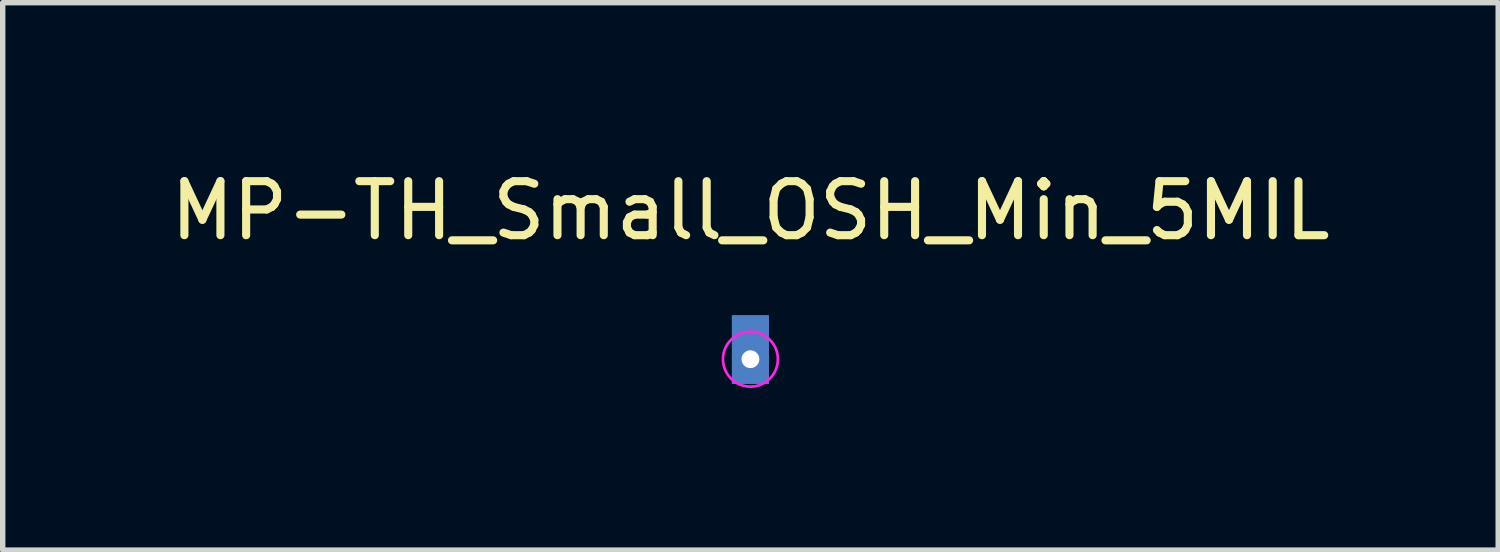
<source format=kicad_pcb>
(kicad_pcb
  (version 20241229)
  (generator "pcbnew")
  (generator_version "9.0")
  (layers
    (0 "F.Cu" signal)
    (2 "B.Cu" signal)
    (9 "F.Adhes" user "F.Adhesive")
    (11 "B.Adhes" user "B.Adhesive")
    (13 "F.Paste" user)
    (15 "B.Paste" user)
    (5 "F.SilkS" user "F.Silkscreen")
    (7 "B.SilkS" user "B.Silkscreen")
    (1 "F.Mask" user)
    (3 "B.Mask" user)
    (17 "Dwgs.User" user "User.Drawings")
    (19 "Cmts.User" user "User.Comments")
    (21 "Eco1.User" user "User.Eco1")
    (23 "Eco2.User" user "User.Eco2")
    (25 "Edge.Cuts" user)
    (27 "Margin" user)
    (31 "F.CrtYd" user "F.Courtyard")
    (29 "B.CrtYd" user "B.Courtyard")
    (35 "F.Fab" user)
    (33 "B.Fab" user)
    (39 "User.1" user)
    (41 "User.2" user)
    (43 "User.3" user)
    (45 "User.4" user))
  (footprint "MP-TH_Small_OSH_Min_5MIL"
    (layer "F.Cu")
    (at 10.839 3.598)
    (property "Reference" "MP-TH_Small_OSH_Min_5MIL" (at 0 -2.75 0) (layer "F.SilkS") (effects (font (size 1 1) (thickness 0.15))))
    (attr exclude_from_pos_files exclude_from_bom)
    (fp_circle (center 0 0) (end 0.508 0) (stroke (width 0.05) (type solid)) (fill no) (layer "F.CrtYd"))
    (pad "1" smd circle (at 0 0) (size 0.686 0.686) (layers "B.Cu"))
    (pad "1" thru_hole rect (at 0 0) (size 0.686 1.27) (drill 0.33 (offset 0 -0.178)) (layers "F.Cu" "F.Mask")))
  (gr_rect
    (start -3 -3)
    (end 24.679 7.131)
    (stroke (width 0.1) (type default))
    (fill no)
    (layer "Edge.Cuts")))
</source>
